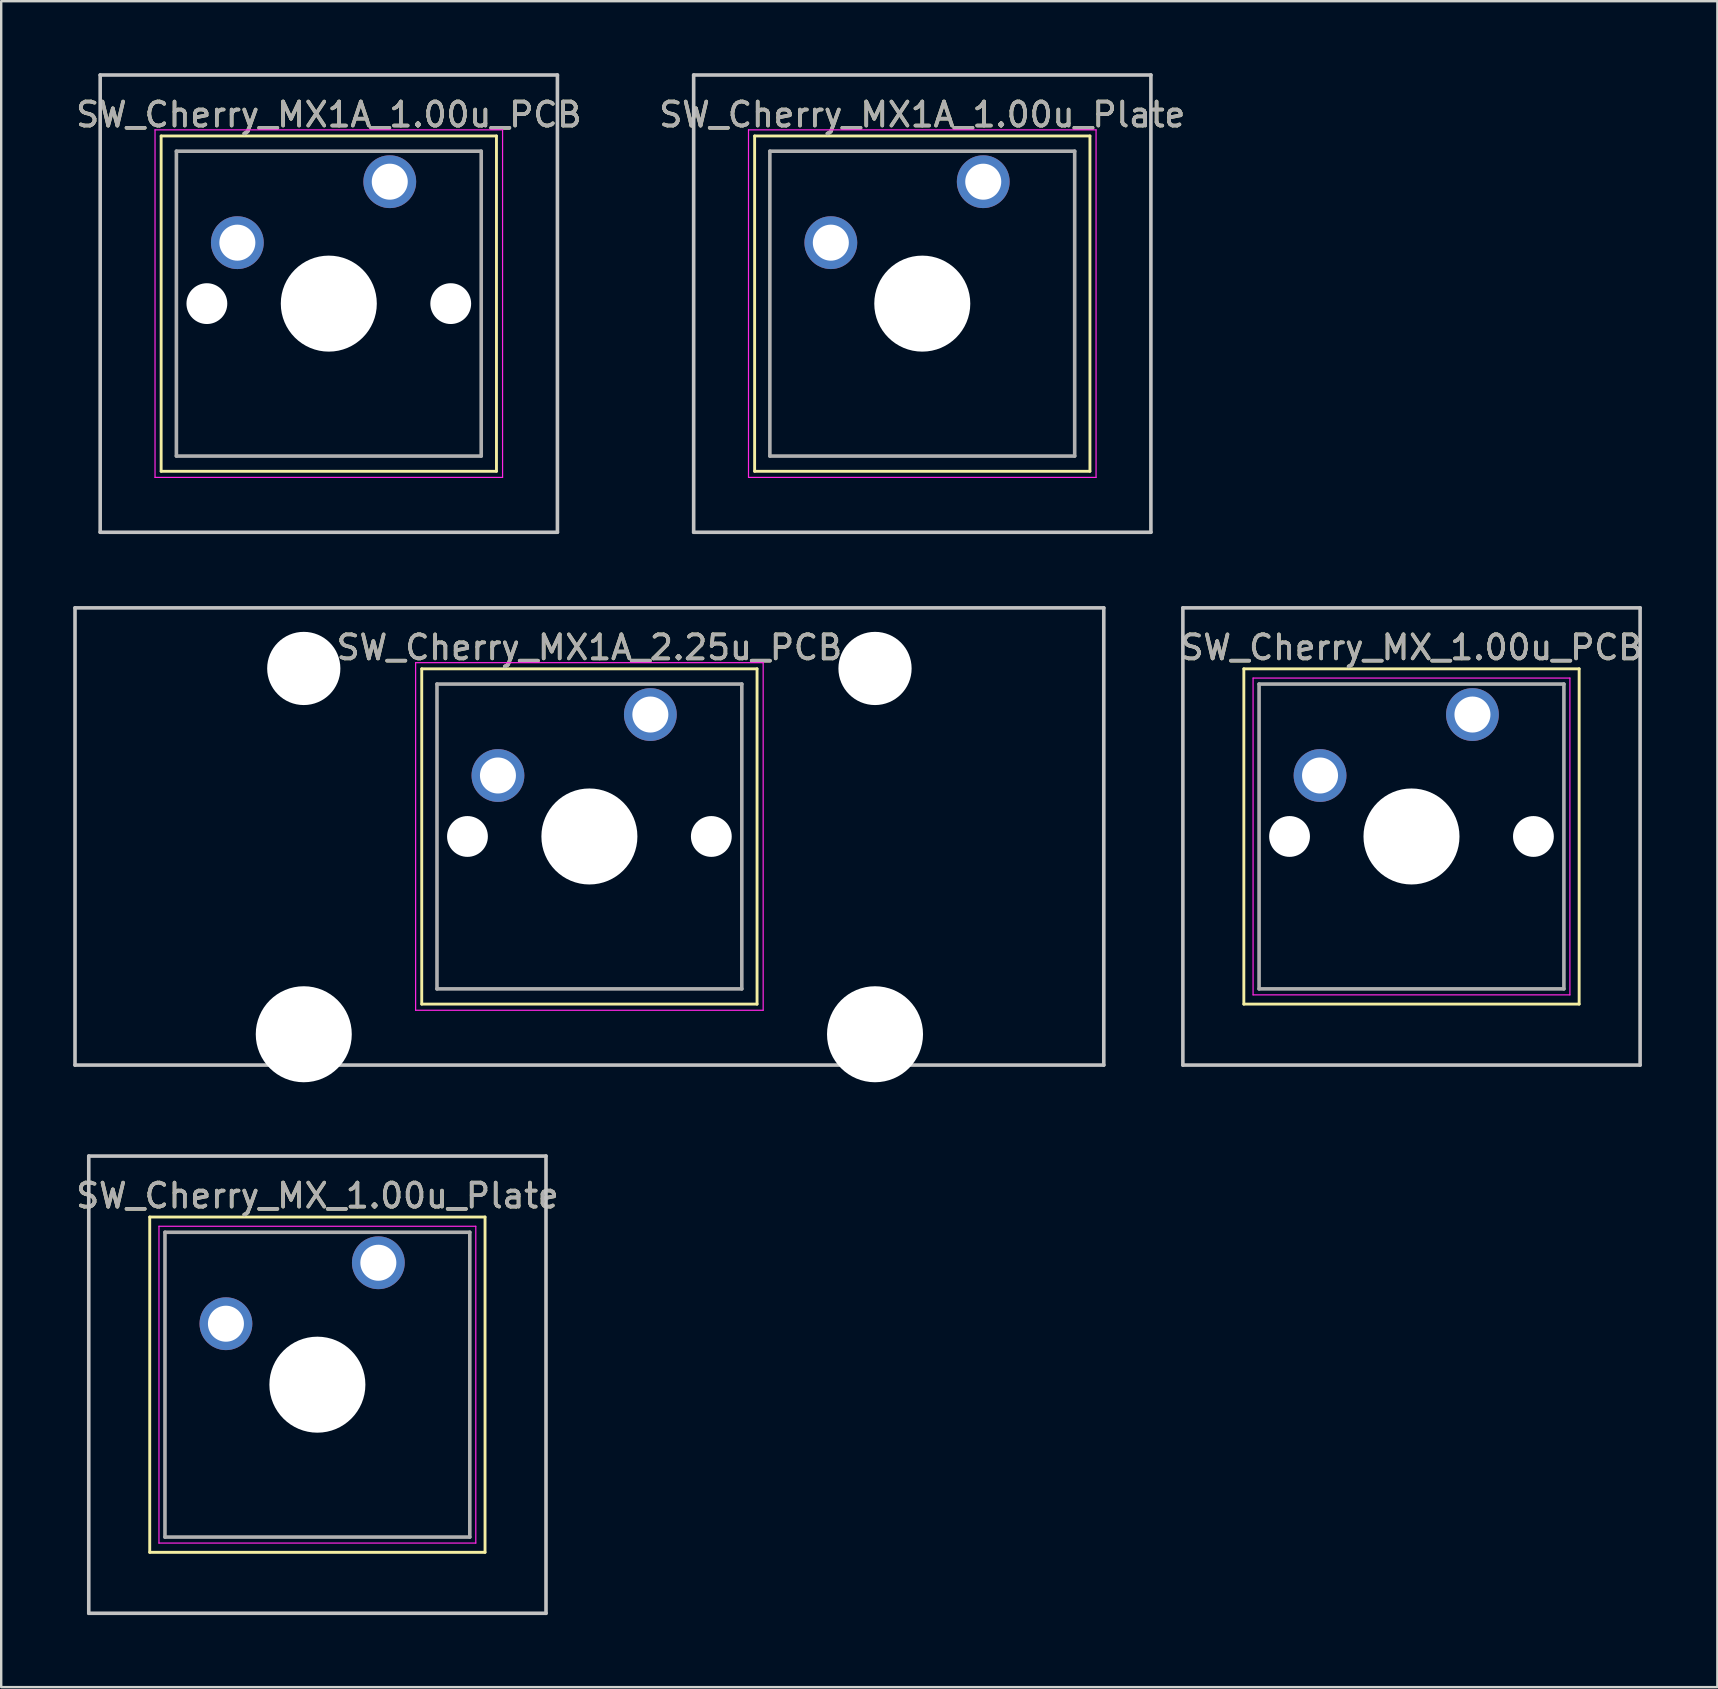
<source format=kicad_pcb>
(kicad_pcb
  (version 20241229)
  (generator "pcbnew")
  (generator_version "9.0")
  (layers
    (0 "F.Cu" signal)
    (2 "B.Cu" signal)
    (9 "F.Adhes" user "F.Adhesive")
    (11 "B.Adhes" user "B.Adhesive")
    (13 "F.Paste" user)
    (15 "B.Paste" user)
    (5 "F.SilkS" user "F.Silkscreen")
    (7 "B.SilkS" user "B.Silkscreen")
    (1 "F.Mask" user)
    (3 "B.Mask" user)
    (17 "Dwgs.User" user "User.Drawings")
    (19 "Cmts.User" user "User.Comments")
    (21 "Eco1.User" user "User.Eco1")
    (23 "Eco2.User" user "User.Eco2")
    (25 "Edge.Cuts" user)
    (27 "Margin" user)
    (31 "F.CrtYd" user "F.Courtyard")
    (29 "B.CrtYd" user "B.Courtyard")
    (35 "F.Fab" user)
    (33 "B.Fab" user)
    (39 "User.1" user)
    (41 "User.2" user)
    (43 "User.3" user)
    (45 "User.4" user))
  (footprint "SW_Cherry_MX_1.00u_Plate"
    (layer "F.Cu")
    (at 12.713 49.56)
    (property "Reference" "SW_Cherry_MX_1.00u_Plate" (at -2.54 -2.794 0) (layer "F.SilkS") (effects (font (size 1 1) (thickness 0.15))))
    (attr through_hole)
    (fp_line (start -9.525 -1.905) (end 4.445 -1.905) (stroke (width 0.12) (type solid)) (layer "F.SilkS"))
    (fp_line (start -9.525 12.065) (end -9.525 -1.905) (stroke (width 0.12) (type solid)) (layer "F.SilkS"))
    (fp_line (start 4.445 -1.905) (end 4.445 12.065) (stroke (width 0.12) (type solid)) (layer "F.SilkS"))
    (fp_line (start 4.445 12.065) (end -9.525 12.065) (stroke (width 0.12) (type solid)) (layer "F.SilkS"))
    (fp_line (start -12.065 -4.445) (end 6.985 -4.445) (stroke (width 0.15) (type solid)) (layer "Dwgs.User"))
    (fp_line (start -12.065 14.605) (end -12.065 -4.445) (stroke (width 0.15) (type solid)) (layer "Dwgs.User"))
    (fp_line (start 6.985 -4.445) (end 6.985 14.605) (stroke (width 0.15) (type solid)) (layer "Dwgs.User"))
    (fp_line (start 6.985 14.605) (end -12.065 14.605) (stroke (width 0.15) (type solid)) (layer "Dwgs.User"))
    (fp_line (start -9.14 -1.52) (end 4.06 -1.52) (stroke (width 0.05) (type solid)) (layer "F.CrtYd"))
    (fp_line (start -9.14 11.68) (end -9.14 -1.52) (stroke (width 0.05) (type solid)) (layer "F.CrtYd"))
    (fp_line (start 4.06 -1.52) (end 4.06 11.68) (stroke (width 0.05) (type solid)) (layer "F.CrtYd"))
    (fp_line (start 4.06 11.68) (end -9.14 11.68) (stroke (width 0.05) (type solid)) (layer "F.CrtYd"))
    (fp_line (start -8.89 -1.27) (end 3.81 -1.27) (stroke (width 0.15) (type solid)) (layer "F.Fab"))
    (fp_line (start -8.89 11.43) (end -8.89 -1.27) (stroke (width 0.15) (type solid)) (layer "F.Fab"))
    (fp_line (start 3.81 -1.27) (end 3.81 11.43) (stroke (width 0.15) (type solid)) (layer "F.Fab"))
    (fp_line (start 3.81 11.43) (end -8.89 11.43) (stroke (width 0.15) (type solid)) (layer "F.Fab"))
    (fp_text user "${REFERENCE}" (at -2.54 -2.794 0) (layer "F.Fab") (effects (font (size 1 1) (thickness 0.15))))
    (pad "" np_thru_hole circle (at -2.54 5.08) (size 4 4) (drill 4) (layers "*.Cu" "*.Mask"))
    (pad "1" thru_hole circle (at 0 0) (size 2.2 2.2) (drill 1.5) (layers "*.Cu" "*.Mask"))
    (pad "2" thru_hole circle (at -6.35 2.54) (size 2.2 2.2) (drill 1.5) (layers "*.Cu" "*.Mask")))
  (footprint "SW_Cherry_MX1A_1.00u_PCB"
    (layer "F.Cu")
    (at 13.189 4.52)
    (property "Reference" "SW_Cherry_MX1A_1.00u_PCB" (at -2.54 -2.794 0) (layer "F.SilkS") (effects (font (size 1 1) (thickness 0.15))))
    (attr through_hole)
    (fp_line (start -9.525 -1.905) (end 4.445 -1.905) (stroke (width 0.12) (type solid)) (layer "F.SilkS"))
    (fp_line (start -9.525 12.065) (end -9.525 -1.905) (stroke (width 0.12) (type solid)) (layer "F.SilkS"))
    (fp_line (start 4.445 -1.905) (end 4.445 12.065) (stroke (width 0.12) (type solid)) (layer "F.SilkS"))
    (fp_line (start 4.445 12.065) (end -9.525 12.065) (stroke (width 0.12) (type solid)) (layer "F.SilkS"))
    (fp_line (start -12.065 -4.445) (end 6.985 -4.445) (stroke (width 0.15) (type solid)) (layer "Dwgs.User"))
    (fp_line (start -12.065 14.605) (end -12.065 -4.445) (stroke (width 0.15) (type solid)) (layer "Dwgs.User"))
    (fp_line (start 6.985 -4.445) (end 6.985 14.605) (stroke (width 0.15) (type solid)) (layer "Dwgs.User"))
    (fp_line (start 6.985 14.605) (end -12.065 14.605) (stroke (width 0.15) (type solid)) (layer "Dwgs.User"))
    (fp_line (start -9.78 -2.16) (end 4.7 -2.16) (stroke (width 0.05) (type solid)) (layer "F.CrtYd"))
    (fp_line (start -9.78 12.32) (end -9.78 -2.16) (stroke (width 0.05) (type solid)) (layer "F.CrtYd"))
    (fp_line (start 4.7 -2.16) (end 4.7 12.32) (stroke (width 0.05) (type solid)) (layer "F.CrtYd"))
    (fp_line (start 4.7 12.32) (end -9.78 12.32) (stroke (width 0.05) (type solid)) (layer "F.CrtYd"))
    (fp_line (start -8.89 -1.27) (end 3.81 -1.27) (stroke (width 0.15) (type solid)) (layer "F.Fab"))
    (fp_line (start -8.89 11.43) (end -8.89 -1.27) (stroke (width 0.15) (type solid)) (layer "F.Fab"))
    (fp_line (start 3.81 -1.27) (end 3.81 11.43) (stroke (width 0.15) (type solid)) (layer "F.Fab"))
    (fp_line (start 3.81 11.43) (end -8.89 11.43) (stroke (width 0.15) (type solid)) (layer "F.Fab"))
    (fp_text user "${REFERENCE}" (at -2.54 -2.794 0) (layer "F.Fab") (effects (font (size 1 1) (thickness 0.15))))
    (pad "" np_thru_hole circle (at -7.62 5.08) (size 1.7 1.7) (drill 1.7) (layers "*.Cu" "*.Mask"))
    (pad "" np_thru_hole circle (at -2.54 5.08) (size 4 4) (drill 4) (layers "*.Cu" "*.Mask"))
    (pad "" np_thru_hole circle (at 2.54 5.08) (size 1.7 1.7) (drill 1.7) (layers "*.Cu" "*.Mask"))
    (pad "1" thru_hole circle (at 0 0) (size 2.2 2.2) (drill 1.5) (layers "*.Cu" "*.Mask"))
    (pad "2" thru_hole circle (at -6.35 2.54) (size 2.2 2.2) (drill 1.5) (layers "*.Cu" "*.Mask")))
  (footprint "SW_Cherry_MX_1.00u_PCB"
    (layer "F.Cu")
    (at 58.297 26.72)
    (property "Reference" "SW_Cherry_MX_1.00u_PCB" (at -2.54 -2.794 0) (layer "F.SilkS") (effects (font (size 1 1) (thickness 0.15))))
    (attr through_hole)
    (fp_line (start -9.525 -1.905) (end 4.445 -1.905) (stroke (width 0.12) (type solid)) (layer "F.SilkS"))
    (fp_line (start -9.525 12.065) (end -9.525 -1.905) (stroke (width 0.12) (type solid)) (layer "F.SilkS"))
    (fp_line (start 4.445 -1.905) (end 4.445 12.065) (stroke (width 0.12) (type solid)) (layer "F.SilkS"))
    (fp_line (start 4.445 12.065) (end -9.525 12.065) (stroke (width 0.12) (type solid)) (layer "F.SilkS"))
    (fp_line (start -12.065 -4.445) (end 6.985 -4.445) (stroke (width 0.15) (type solid)) (layer "Dwgs.User"))
    (fp_line (start -12.065 14.605) (end -12.065 -4.445) (stroke (width 0.15) (type solid)) (layer "Dwgs.User"))
    (fp_line (start 6.985 -4.445) (end 6.985 14.605) (stroke (width 0.15) (type solid)) (layer "Dwgs.User"))
    (fp_line (start 6.985 14.605) (end -12.065 14.605) (stroke (width 0.15) (type solid)) (layer "Dwgs.User"))
    (fp_line (start -9.14 -1.52) (end 4.06 -1.52) (stroke (width 0.05) (type solid)) (layer "F.CrtYd"))
    (fp_line (start -9.14 11.68) (end -9.14 -1.52) (stroke (width 0.05) (type solid)) (layer "F.CrtYd"))
    (fp_line (start 4.06 -1.52) (end 4.06 11.68) (stroke (width 0.05) (type solid)) (layer "F.CrtYd"))
    (fp_line (start 4.06 11.68) (end -9.14 11.68) (stroke (width 0.05) (type solid)) (layer "F.CrtYd"))
    (fp_line (start -8.89 -1.27) (end 3.81 -1.27) (stroke (width 0.15) (type solid)) (layer "F.Fab"))
    (fp_line (start -8.89 11.43) (end -8.89 -1.27) (stroke (width 0.15) (type solid)) (layer "F.Fab"))
    (fp_line (start 3.81 -1.27) (end 3.81 11.43) (stroke (width 0.15) (type solid)) (layer "F.Fab"))
    (fp_line (start 3.81 11.43) (end -8.89 11.43) (stroke (width 0.15) (type solid)) (layer "F.Fab"))
    (fp_text user "${REFERENCE}" (at -2.54 -2.794 0) (layer "F.Fab") (effects (font (size 1 1) (thickness 0.15))))
    (pad "" np_thru_hole circle (at -7.62 5.08) (size 1.7 1.7) (drill 1.7) (layers "*.Cu" "*.Mask"))
    (pad "" np_thru_hole circle (at -2.54 5.08) (size 4 4) (drill 4) (layers "*.Cu" "*.Mask"))
    (pad "" np_thru_hole circle (at 2.54 5.08) (size 1.7 1.7) (drill 1.7) (layers "*.Cu" "*.Mask"))
    (pad "1" thru_hole circle (at 0 0) (size 2.2 2.2) (drill 1.5) (layers "*.Cu" "*.Mask"))
    (pad "2" thru_hole circle (at -6.35 2.54) (size 2.2 2.2) (drill 1.5) (layers "*.Cu" "*.Mask")))
  (footprint "SW_Cherry_MX1A_1.00u_Plate"
    (layer "F.Cu")
    (at 37.915 4.52)
    (property "Reference" "SW_Cherry_MX1A_1.00u_Plate" (at -2.54 -2.794 0) (layer "F.SilkS") (effects (font (size 1 1) (thickness 0.15))))
    (attr through_hole)
    (fp_line (start -9.525 -1.905) (end 4.445 -1.905) (stroke (width 0.12) (type solid)) (layer "F.SilkS"))
    (fp_line (start -9.525 12.065) (end -9.525 -1.905) (stroke (width 0.12) (type solid)) (layer "F.SilkS"))
    (fp_line (start 4.445 -1.905) (end 4.445 12.065) (stroke (width 0.12) (type solid)) (layer "F.SilkS"))
    (fp_line (start 4.445 12.065) (end -9.525 12.065) (stroke (width 0.12) (type solid)) (layer "F.SilkS"))
    (fp_line (start -12.065 -4.445) (end 6.985 -4.445) (stroke (width 0.15) (type solid)) (layer "Dwgs.User"))
    (fp_line (start -12.065 14.605) (end -12.065 -4.445) (stroke (width 0.15) (type solid)) (layer "Dwgs.User"))
    (fp_line (start 6.985 -4.445) (end 6.985 14.605) (stroke (width 0.15) (type solid)) (layer "Dwgs.User"))
    (fp_line (start 6.985 14.605) (end -12.065 14.605) (stroke (width 0.15) (type solid)) (layer "Dwgs.User"))
    (fp_line (start -9.78 -2.16) (end 4.7 -2.16) (stroke (width 0.05) (type solid)) (layer "F.CrtYd"))
    (fp_line (start -9.78 12.32) (end -9.78 -2.16) (stroke (width 0.05) (type solid)) (layer "F.CrtYd"))
    (fp_line (start 4.7 -2.16) (end 4.7 12.32) (stroke (width 0.05) (type solid)) (layer "F.CrtYd"))
    (fp_line (start 4.7 12.32) (end -9.78 12.32) (stroke (width 0.05) (type solid)) (layer "F.CrtYd"))
    (fp_line (start -8.89 -1.27) (end 3.81 -1.27) (stroke (width 0.15) (type solid)) (layer "F.Fab"))
    (fp_line (start -8.89 11.43) (end -8.89 -1.27) (stroke (width 0.15) (type solid)) (layer "F.Fab"))
    (fp_line (start 3.81 -1.27) (end 3.81 11.43) (stroke (width 0.15) (type solid)) (layer "F.Fab"))
    (fp_line (start 3.81 11.43) (end -8.89 11.43) (stroke (width 0.15) (type solid)) (layer "F.Fab"))
    (fp_text user "${REFERENCE}" (at -2.54 -2.794 0) (layer "F.Fab") (effects (font (size 1 1) (thickness 0.15))))
    (pad "" np_thru_hole circle (at -2.54 5.08) (size 4 4) (drill 4) (layers "*.Cu" "*.Mask"))
    (pad "1" thru_hole circle (at 0 0) (size 2.2 2.2) (drill 1.5) (layers "*.Cu" "*.Mask"))
    (pad "2" thru_hole circle (at -6.35 2.54) (size 2.2 2.2) (drill 1.5) (layers "*.Cu" "*.Mask")))
  (footprint "SW_Cherry_MX1A_2.25u_PCB"
    (layer "F.Cu")
    (at 24.046 26.72)
    (property "Reference" "SW_Cherry_MX1A_2.25u_PCB" (at -2.54 -2.794 0) (layer "F.SilkS") (effects (font (size 1 1) (thickness 0.15))))
    (attr through_hole)
    (fp_line (start -9.525 -1.905) (end 4.445 -1.905) (stroke (width 0.12) (type solid)) (layer "F.SilkS"))
    (fp_line (start -9.525 12.065) (end -9.525 -1.905) (stroke (width 0.12) (type solid)) (layer "F.SilkS"))
    (fp_line (start 4.445 -1.905) (end 4.445 12.065) (stroke (width 0.12) (type solid)) (layer "F.SilkS"))
    (fp_line (start 4.445 12.065) (end -9.525 12.065) (stroke (width 0.12) (type solid)) (layer "F.SilkS"))
    (fp_line (start -23.971 -4.445) (end 18.891 -4.445) (stroke (width 0.15) (type solid)) (layer "Dwgs.User"))
    (fp_line (start -23.971 14.605) (end -23.971 -4.445) (stroke (width 0.15) (type solid)) (layer "Dwgs.User"))
    (fp_line (start 18.891 -4.445) (end 18.891 14.605) (stroke (width 0.15) (type solid)) (layer "Dwgs.User"))
    (fp_line (start 18.891 14.605) (end -23.971 14.605) (stroke (width 0.15) (type solid)) (layer "Dwgs.User"))
    (fp_line (start -9.78 -2.16) (end 4.7 -2.16) (stroke (width 0.05) (type solid)) (layer "F.CrtYd"))
    (fp_line (start -9.78 12.32) (end -9.78 -2.16) (stroke (width 0.05) (type solid)) (layer "F.CrtYd"))
    (fp_line (start 4.7 -2.16) (end 4.7 12.32) (stroke (width 0.05) (type solid)) (layer "F.CrtYd"))
    (fp_line (start 4.7 12.32) (end -9.78 12.32) (stroke (width 0.05) (type solid)) (layer "F.CrtYd"))
    (fp_line (start -8.89 -1.27) (end 3.81 -1.27) (stroke (width 0.15) (type solid)) (layer "F.Fab"))
    (fp_line (start -8.89 11.43) (end -8.89 -1.27) (stroke (width 0.15) (type solid)) (layer "F.Fab"))
    (fp_line (start 3.81 -1.27) (end 3.81 11.43) (stroke (width 0.15) (type solid)) (layer "F.Fab"))
    (fp_line (start 3.81 11.43) (end -8.89 11.43) (stroke (width 0.15) (type solid)) (layer "F.Fab"))
    (fp_text user "${REFERENCE}" (at -2.54 -2.794 0) (layer "F.Fab") (effects (font (size 1 1) (thickness 0.15))))
    (pad "" np_thru_hole circle (at -14.44 -1.92) (size 3.05 3.05) (drill 3.05) (layers "*.Cu" "*.Mask"))
    (pad "" np_thru_hole circle (at -14.44 13.32) (size 4 4) (drill 4) (layers "*.Cu" "*.Mask"))
    (pad "" np_thru_hole circle (at -7.62 5.08) (size 1.7 1.7) (drill 1.7) (layers "*.Cu" "*.Mask"))
    (pad "" np_thru_hole circle (at -2.54 5.08) (size 4 4) (drill 4) (layers "*.Cu" "*.Mask"))
    (pad "" np_thru_hole circle (at 2.54 5.08) (size 1.7 1.7) (drill 1.7) (layers "*.Cu" "*.Mask"))
    (pad "" np_thru_hole circle (at 9.36 -1.92) (size 3.05 3.05) (drill 3.05) (layers "*.Cu" "*.Mask"))
    (pad "" np_thru_hole circle (at 9.36 13.32) (size 4 4) (drill 4) (layers "*.Cu" "*.Mask"))
    (pad "1" thru_hole circle (at 0 0) (size 2.2 2.2) (drill 1.5) (layers "*.Cu" "*.Mask"))
    (pad "2" thru_hole circle (at -6.35 2.54) (size 2.2 2.2) (drill 1.5) (layers "*.Cu" "*.Mask")))
  (gr_rect
    (start -3 -3)
    (end 68.501 67.24)
    (stroke (width 0.1) (type default))
    (fill no)
    (layer "Edge.Cuts")))
</source>
